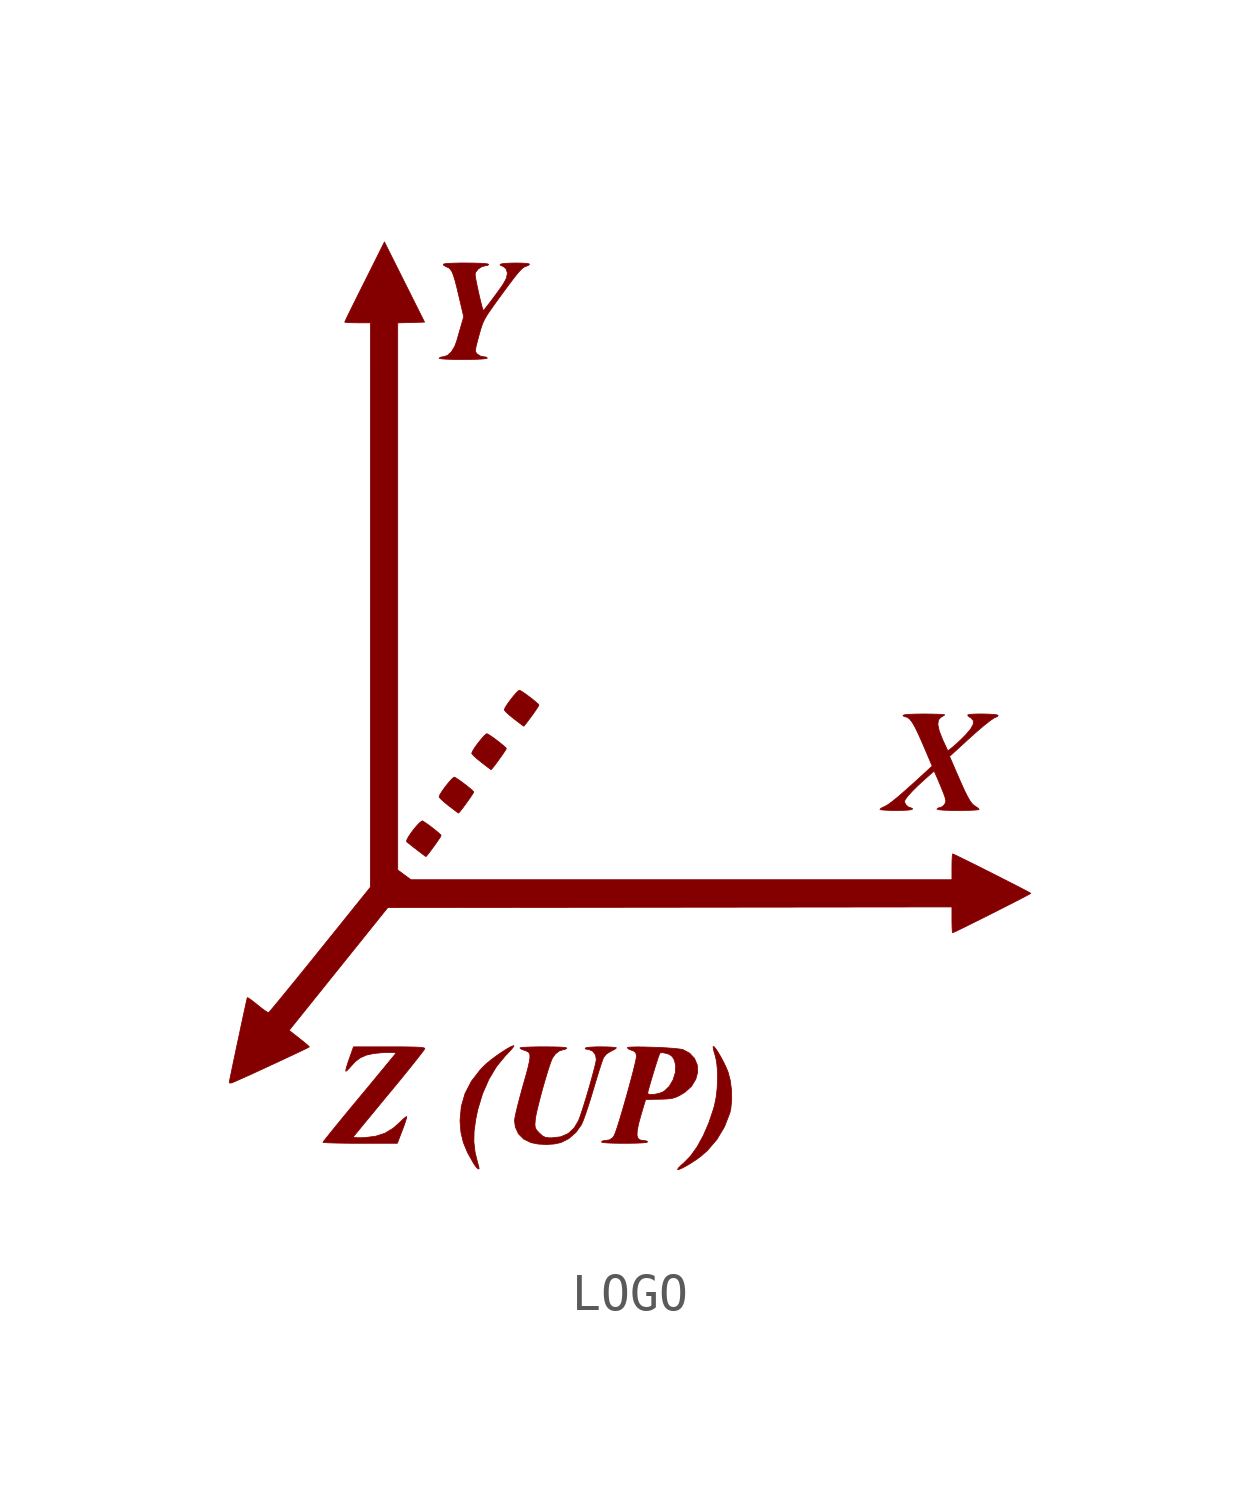
<source format=kicad_sym>
(kicad_symbol_lib
  (version 20210619)
  (generator bitmap2component)
  (symbol "LOGO"
    (pin_names
      (offset 1.016))
    (property "Reference" "#G"
      (at 0 12.448 0)
      (effects (font (size 1.27 1.27)) hide))
    (symbol "LOGO_0_0"
      (polyline (pts (xy 2.669 -12.397) (xy 2.754 -12.36) (xy 2.868 -12.299) (xy 2.998 -12.22) (xy 3.131 -12.133) (xy 3.252 -12.044) (xy 3.425 -11.892) (xy 3.68 -11.594) (xy 3.884 -11.253) (xy 4.028 -10.88) (xy 4.052 -10.773) (xy 4.076 -10.533) (xy 4.071 -10.27) (xy 4.038 -10.013) (xy 3.979 -9.788) (xy 3.975 -9.778) (xy 3.924 -9.655) (xy 3.858 -9.519) (xy 3.785 -9.383) (xy 3.713 -9.26) (xy 3.65 -9.164) (xy 3.603 -9.107) (xy 3.58 -9.102) (xy 3.58 -9.136) (xy 3.598 -9.224) (xy 3.632 -9.338) (xy 3.67 -9.498) (xy 3.692 -9.714) (xy 3.698 -9.962) (xy 3.687 -10.219) (xy 3.659 -10.466) (xy 3.615 -10.681) (xy 3.586 -10.785) (xy 3.461 -11.156) (xy 3.313 -11.496) (xy 3.149 -11.794) (xy 2.974 -12.04) (xy 2.793 -12.224) (xy 2.718 -12.289) (xy 2.65 -12.357) (xy 2.624 -12.397) (xy 2.626 -12.402) (xy 2.669 -12.397)) (stroke (width 0.01)) (fill (type outline)))
      (polyline (pts (xy -2.7 -12.383) (xy -2.708 -12.326) (xy -2.736 -12.233) (xy -2.808 -11.935) (xy -2.84 -11.658) (xy -2.834 -11.375) (xy -2.79 -11.056) (xy -2.735 -10.791) (xy -2.606 -10.366) (xy -2.436 -9.978) (xy -2.231 -9.636) (xy -1.996 -9.351) (xy -1.929 -9.282) (xy -1.839 -9.184) (xy -1.781 -9.114) (xy -1.764 -9.083) (xy -1.781 -9.081) (xy -1.848 -9.107) (xy -1.953 -9.165) (xy -2.082 -9.247) (xy -2.222 -9.343) (xy -2.361 -9.446) (xy -2.485 -9.546) (xy -2.582 -9.635) (xy -2.668 -9.726) (xy -2.908 -10.037) (xy -3.077 -10.365) (xy -3.177 -10.711) (xy -3.21 -11.078) (xy -3.209 -11.122) (xy -3.186 -11.408) (xy -3.122 -11.675) (xy -3.011 -11.944) (xy -2.848 -12.235) (xy -2.84 -12.247) (xy -2.775 -12.338) (xy -2.726 -12.385) (xy -2.7 -12.383)) (stroke (width 0.01)) (fill (type outline)))
      (polyline (pts (xy -0.682 -11.716) (xy -0.503 -11.678) (xy -0.292 -11.571) (xy -0.103 -11.406) (xy 0.045 -11.2) (xy 0.053 -11.183) (xy 0.097 -11.078) (xy 0.154 -10.921) (xy 0.221 -10.723) (xy 0.292 -10.5) (xy 0.363 -10.263) (xy 0.385 -10.19) (xy 0.453 -9.963) (xy 0.516 -9.759) (xy 0.571 -9.588) (xy 0.614 -9.462) (xy 0.641 -9.395) (xy 0.717 -9.302) (xy 0.841 -9.225) (xy 0.877 -9.209) (xy 0.953 -9.167) (xy 0.984 -9.138) (xy 0.954 -9.128) (xy 0.864 -9.119) (xy 0.73 -9.113) (xy 0.565 -9.111) (xy 0.434 -9.112) (xy 0.28 -9.119) (xy 0.181 -9.131) (xy 0.146 -9.147) (xy 0.166 -9.17) (xy 0.231 -9.183) (xy 0.254 -9.185) (xy 0.353 -9.23) (xy 0.422 -9.324) (xy 0.445 -9.448) (xy 0.445 -9.448) (xy 0.432 -9.523) (xy 0.402 -9.654) (xy 0.356 -9.827) (xy 0.301 -10.029) (xy 0.239 -10.246) (xy 0.174 -10.466) (xy 0.11 -10.674) (xy 0.051 -10.857) (xy 0.002 -11.003) (xy -0.035 -11.097) (xy -0.15 -11.289) (xy -0.309 -11.436) (xy -0.508 -11.524) (xy -0.75 -11.552) (xy -0.829 -11.551) (xy -0.926 -11.537) (xy -1 -11.499) (xy -1.083 -11.423) (xy -1.1 -11.407) (xy -1.163 -11.337) (xy -1.194 -11.275) (xy -1.202 -11.194) (xy -1.193 -11.068) (xy -1.178 -10.967) (xy -1.144 -10.807) (xy -1.095 -10.608) (xy -1.037 -10.384) (xy -0.972 -10.15) (xy -0.906 -9.923) (xy -0.843 -9.716) (xy -0.786 -9.546) (xy -0.74 -9.427) (xy -0.737 -9.419) (xy -0.653 -9.3) (xy -0.541 -9.216) (xy -0.423 -9.183) (xy -0.399 -9.18) (xy -0.346 -9.147) (xy -0.347 -9.141) (xy -0.398 -9.128) (xy -0.519 -9.118) (xy -0.708 -9.113) (xy -0.964 -9.111) (xy -1.145 -9.112) (xy -1.328 -9.116) (xy -1.473 -9.122) (xy -1.569 -9.13) (xy -1.603 -9.139) (xy -1.603 -9.142) (xy -1.567 -9.172) (xy -1.488 -9.203) (xy -1.454 -9.214) (xy -1.396 -9.238) (xy -1.357 -9.272) (xy -1.337 -9.323) (xy -1.335 -9.402) (xy -1.353 -9.516) (xy -1.389 -9.675) (xy -1.446 -9.886) (xy -1.523 -10.158) (xy -1.553 -10.264) (xy -1.615 -10.496) (xy -1.67 -10.707) (xy -1.712 -10.884) (xy -1.739 -11.016) (xy -1.749 -11.09) (xy -1.727 -11.262) (xy -1.643 -11.444) (xy -1.501 -11.586) (xy -1.307 -11.68) (xy -1.303 -11.681) (xy -1.114 -11.718) (xy -0.896 -11.73) (xy -0.682 -11.716)) (stroke (width 0.01)) (fill (type outline)))
      (polyline (pts (xy -4.759 -11.347) (xy -4.718 -11.24) (xy -4.674 -11.111) (xy -4.646 -11.019) (xy -4.641 -10.98) (xy -4.643 -10.98) (xy -4.679 -11.001) (xy -4.75 -11.061) (xy -4.842 -11.15) (xy -5.003 -11.293) (xy -5.225 -11.428) (xy -5.476 -11.509) (xy -5.772 -11.546) (xy -5.841 -11.548) (xy -5.969 -11.549) (xy -6.052 -11.542) (xy -6.076 -11.529) (xy -6.07 -11.522) (xy -6.026 -11.466) (xy -5.942 -11.364) (xy -5.824 -11.219) (xy -5.676 -11.04) (xy -5.503 -10.831) (xy -5.312 -10.598) (xy -5.106 -10.349) (xy -5.019 -10.245) (xy -4.819 -10.002) (xy -4.637 -9.778) (xy -4.476 -9.578) (xy -4.343 -9.41) (xy -4.242 -9.28) (xy -4.177 -9.193) (xy -4.155 -9.156) (xy -4.16 -9.147) (xy -4.196 -9.135) (xy -4.273 -9.125) (xy -4.396 -9.118) (xy -4.572 -9.114) (xy -4.809 -9.111) (xy -5.112 -9.111) (xy -6.069 -9.111) (xy -6.185 -9.438) (xy -6.215 -9.525) (xy -6.254 -9.649) (xy -6.275 -9.735) (xy -6.274 -9.766) (xy -6.247 -9.748) (xy -6.185 -9.687) (xy -6.106 -9.598) (xy -6.02 -9.505) (xy -5.886 -9.403) (xy -5.728 -9.333) (xy -5.529 -9.289) (xy -5.274 -9.265) (xy -5.186 -9.261) (xy -5.042 -9.259) (xy -4.953 -9.265) (xy -4.929 -9.279) (xy -4.937 -9.289) (xy -4.984 -9.348) (xy -5.071 -9.453) (xy -5.192 -9.6) (xy -5.342 -9.782) (xy -5.516 -9.993) (xy -5.71 -10.227) (xy -5.919 -10.478) (xy -6.02 -10.6) (xy -6.221 -10.843) (xy -6.404 -11.066) (xy -6.565 -11.263) (xy -6.699 -11.428) (xy -6.8 -11.555) (xy -6.865 -11.637) (xy -6.887 -11.671) (xy -6.887 -11.671) (xy -6.847 -11.678) (xy -6.744 -11.685) (xy -6.587 -11.69) (xy -6.387 -11.694) (xy -6.151 -11.697) (xy -5.89 -11.698) (xy -4.893 -11.698) (xy -4.759 -11.347)) (stroke (width 0.01)) (fill (type outline)))
      (polyline (pts (xy 1.296 -11.698) (xy 1.518 -11.694) (xy 1.683 -11.687) (xy 1.787 -11.676) (xy 1.822 -11.661) (xy 1.794 -11.636) (xy 1.72 -11.625) (xy 1.699 -11.624) (xy 1.612 -11.607) (xy 1.558 -11.56) (xy 1.536 -11.474) (xy 1.544 -11.344) (xy 1.582 -11.161) (xy 1.649 -10.918) (xy 1.768 -10.522) (xy 2.132 -10.516) (xy 2.224 -10.514) (xy 2.376 -10.506) (xy 2.488 -10.49) (xy 2.582 -10.461) (xy 2.679 -10.415) (xy 2.821 -10.329) (xy 2.998 -10.169) (xy 3.114 -9.977) (xy 3.163 -9.791) (xy 3.153 -9.597) (xy 3.08 -9.423) (xy 2.951 -9.283) (xy 2.77 -9.186) (xy 2.739 -9.178) (xy 2.637 -9.164) (xy 2.49 -9.15) (xy 2.312 -9.137) (xy 2.115 -9.127) (xy 1.913 -9.12) (xy 1.718 -9.115) (xy 1.544 -9.113) (xy 1.403 -9.116) (xy 1.31 -9.122) (xy 1.276 -9.134) (xy 1.276 -9.137) (xy 1.314 -9.171) (xy 1.394 -9.203) (xy 1.442 -9.22) (xy 1.502 -9.267) (xy 1.524 -9.353) (xy 1.524 -9.358) (xy 1.513 -9.429) (xy 1.485 -9.557) (xy 1.443 -9.731) (xy 1.389 -9.938) (xy 1.327 -10.169) (xy 1.275 -10.358) (xy 1.822 -10.358) (xy 1.833 -10.302) (xy 1.862 -10.195) (xy 1.903 -10.052) (xy 1.952 -9.887) (xy 2.004 -9.716) (xy 2.054 -9.555) (xy 2.099 -9.417) (xy 2.133 -9.32) (xy 2.152 -9.277) (xy 2.158 -9.273) (xy 2.224 -9.266) (xy 2.334 -9.289) (xy 2.401 -9.312) (xy 2.483 -9.37) (xy 2.539 -9.467) (xy 2.575 -9.616) (xy 2.564 -9.808) (xy 2.503 -10) (xy 2.401 -10.172) (xy 2.263 -10.303) (xy 2.242 -10.315) (xy 2.148 -10.353) (xy 2.038 -10.379) (xy 1.932 -10.391) (xy 1.853 -10.385) (xy 1.822 -10.359) (xy 1.822 -10.358) (xy 1.275 -10.358) (xy 1.26 -10.411) (xy 1.191 -10.654) (xy 1.123 -10.887) (xy 1.06 -11.097) (xy 1.004 -11.274) (xy 0.958 -11.407) (xy 0.927 -11.484) (xy 0.89 -11.542) (xy 0.802 -11.606) (xy 0.671 -11.625) (xy 0.614 -11.634) (xy 0.583 -11.661) (xy 0.588 -11.667) (xy 0.648 -11.68) (xy 0.774 -11.69) (xy 0.961 -11.696) (xy 1.203 -11.698) (xy 1.296 -11.698)) (stroke (width 0.01)) (fill (type outline)))
      (polyline (pts (xy -9.338 -10.078) (xy -9.334 -10.076) (xy -9.256 -10.044) (xy -9.13 -9.988) (xy -8.964 -9.914) (xy -8.769 -9.825) (xy -8.553 -9.726) (xy -8.327 -9.621) (xy -8.1 -9.516) (xy -7.881 -9.414) (xy -7.68 -9.319) (xy -7.508 -9.238) (xy -7.373 -9.173) (xy -7.285 -9.129) (xy -7.254 -9.111) (xy -7.263 -9.1) (xy -7.316 -9.051) (xy -7.409 -8.974) (xy -7.526 -8.881) (xy -7.796 -8.669) (xy -6.473 -7.022) (xy -5.15 -5.375) (xy 2.418 -5.366) (xy 9.985 -5.357) (xy 9.985 -5.703) (xy 9.986 -5.793) (xy 9.989 -5.925) (xy 9.995 -6.016) (xy 10.003 -6.049) (xy 10.027 -6.04) (xy 10.107 -6.003) (xy 10.236 -5.941) (xy 10.402 -5.859) (xy 10.597 -5.762) (xy 10.812 -5.655) (xy 11.037 -5.542) (xy 11.262 -5.428) (xy 11.479 -5.318) (xy 11.677 -5.217) (xy 11.847 -5.129) (xy 11.981 -5.059) (xy 12.068 -5.012) (xy 12.099 -4.992) (xy 12.081 -4.981) (xy 12.007 -4.94) (xy 11.884 -4.875) (xy 11.721 -4.791) (xy 11.529 -4.693) (xy 11.316 -4.585) (xy 11.092 -4.471) (xy 10.867 -4.358) (xy 10.649 -4.248) (xy 10.448 -4.149) (xy 10.273 -4.063) (xy 10.135 -3.995) (xy 10.042 -3.951) (xy 10.003 -3.936) (xy 9.998 -3.947) (xy 9.992 -4.016) (xy 9.987 -4.133) (xy 9.985 -4.282) (xy 9.985 -4.628) (xy -4.527 -4.628) (xy -4.705 -4.497) (xy -4.883 -4.367) (xy -4.883 10.31) (xy -4.163 10.331) (xy -4.701 11.406) (xy -5.239 12.481) (xy -5.771 11.415) (xy -5.854 11.251) (xy -5.976 11.006) (xy -6.084 10.788) (xy -6.175 10.603) (xy -6.244 10.461) (xy -6.289 10.367) (xy -6.304 10.332) (xy -6.293 10.327) (xy -6.224 10.32) (xy -6.107 10.315) (xy -5.958 10.313) (xy -5.612 10.313) (xy -5.616 -4.829) (xy -6.965 -6.505) (xy -7.189 -6.783) (xy -7.422 -7.071) (xy -7.637 -7.336) (xy -7.832 -7.575) (xy -8.002 -7.783) (xy -8.142 -7.953) (xy -8.249 -8.082) (xy -8.319 -8.164) (xy -8.348 -8.193) (xy -8.364 -8.19) (xy -8.429 -8.151) (xy -8.528 -8.079) (xy -8.646 -7.985) (xy -8.714 -7.929) (xy -8.817 -7.851) (xy -8.889 -7.801) (xy -8.918 -7.791) (xy -8.921 -7.804) (xy -8.939 -7.88) (xy -8.967 -8.01) (xy -9.006 -8.185) (xy -9.051 -8.394) (xy -9.101 -8.627) (xy -9.153 -8.872) (xy -9.206 -9.119) (xy -9.256 -9.359) (xy -9.303 -9.579) (xy -9.343 -9.771) (xy -9.374 -9.923) (xy -9.395 -10.024) (xy -9.402 -10.065) (xy -9.39 -10.082) (xy -9.338 -10.078)) (stroke (width 0.01)) (fill (type outline)))
      (polyline (pts (xy -4.122 -4.003) (xy -4.083 -3.959) (xy -4.019 -3.877) (xy -3.941 -3.772) (xy -3.86 -3.66) (xy -3.789 -3.557) (xy -3.737 -3.478) (xy -3.718 -3.441) (xy -3.741 -3.412) (xy -3.809 -3.351) (xy -3.906 -3.272) (xy -4.016 -3.187) (xy -4.124 -3.11) (xy -4.213 -3.051) (xy -4.229 -3.051) (xy -4.285 -3.09) (xy -4.362 -3.168) (xy -4.447 -3.269) (xy -4.53 -3.38) (xy -4.598 -3.483) (xy -4.64 -3.564) (xy -4.643 -3.607) (xy -4.636 -3.613) (xy -4.58 -3.659) (xy -4.487 -3.733) (xy -4.373 -3.822) (xy -4.336 -3.85) (xy -4.232 -3.929) (xy -4.158 -3.985) (xy -4.128 -4.006) (xy -4.122 -4.003)) (stroke (width 0.01)) (fill (type outline)))
      (polyline (pts (xy -3.248 -2.837) (xy -3.209 -2.793) (xy -3.144 -2.711) (xy -3.066 -2.606) (xy -2.986 -2.494) (xy -2.914 -2.39) (xy -2.863 -2.312) (xy -2.844 -2.274) (xy -2.855 -2.258) (xy -2.911 -2.205) (xy -3 -2.131) (xy -3.107 -2.048) (xy -3.214 -1.97) (xy -3.304 -1.908) (xy -3.362 -1.876) (xy -3.395 -1.893) (xy -3.458 -1.954) (xy -3.538 -2.047) (xy -3.622 -2.154) (xy -3.697 -2.26) (xy -3.751 -2.348) (xy -3.772 -2.403) (xy -3.767 -2.415) (xy -3.719 -2.469) (xy -3.631 -2.549) (xy -3.517 -2.642) (xy -3.463 -2.682) (xy -3.358 -2.763) (xy -3.284 -2.819) (xy -3.253 -2.84) (xy -3.248 -2.837)) (stroke (width 0.01)) (fill (type outline)))
      (polyline (pts (xy 10.263 -2.769) (xy 10.442 -2.766) (xy 10.585 -2.76) (xy 10.679 -2.752) (xy 10.714 -2.742) (xy 10.713 -2.74) (xy 10.679 -2.703) (xy 10.607 -2.654) (xy 10.57 -2.63) (xy 10.518 -2.579) (xy 10.463 -2.502) (xy 10.4 -2.39) (xy 10.323 -2.236) (xy 10.23 -2.031) (xy 10.114 -1.766) (xy 9.921 -1.319) (xy 10.392 -0.888) (xy 10.415 -0.866) (xy 10.654 -0.652) (xy 10.854 -0.482) (xy 11.013 -0.357) (xy 11.127 -0.281) (xy 11.193 -0.255) (xy 11.2 -0.254) (xy 11.224 -0.219) (xy 11.192 -0.205) (xy 11.104 -0.194) (xy 10.979 -0.186) (xy 10.834 -0.182) (xy 10.686 -0.182) (xy 10.555 -0.186) (xy 10.457 -0.194) (xy 10.411 -0.206) (xy 10.415 -0.233) (xy 10.468 -0.271) (xy 10.502 -0.29) (xy 10.56 -0.362) (xy 10.557 -0.457) (xy 10.491 -0.58) (xy 10.361 -0.733) (xy 10.344 -0.751) (xy 10.223 -0.872) (xy 10.104 -0.984) (xy 10.012 -1.064) (xy 9.875 -1.173) (xy 9.743 -0.887) (xy 9.733 -0.866) (xy 9.645 -0.641) (xy 9.607 -0.466) (xy 9.621 -0.343) (xy 9.685 -0.271) (xy 9.743 -0.239) (xy 9.791 -0.206) (xy 9.783 -0.201) (xy 9.718 -0.193) (xy 9.598 -0.188) (xy 9.437 -0.184) (xy 9.244 -0.182) (xy 9.193 -0.182) (xy 8.974 -0.185) (xy 8.811 -0.193) (xy 8.709 -0.204) (xy 8.673 -0.219) (xy 8.678 -0.234) (xy 8.723 -0.255) (xy 8.784 -0.268) (xy 8.849 -0.316) (xy 8.919 -0.404) (xy 8.998 -0.541) (xy 9.091 -0.733) (xy 9.203 -0.987) (xy 9.455 -1.578) (xy 9.2 -1.813) (xy 9.031 -1.968) (xy 8.766 -2.206) (xy 8.55 -2.394) (xy 8.379 -2.533) (xy 8.254 -2.624) (xy 8.173 -2.668) (xy 8.159 -2.673) (xy 8.084 -2.71) (xy 8.054 -2.74) (xy 8.054 -2.741) (xy 8.089 -2.752) (xy 8.184 -2.761) (xy 8.322 -2.767) (xy 8.491 -2.77) (xy 8.638 -2.768) (xy 8.794 -2.761) (xy 8.893 -2.749) (xy 8.928 -2.733) (xy 8.923 -2.717) (xy 8.876 -2.697) (xy 8.806 -2.671) (xy 8.739 -2.604) (xy 8.71 -2.529) (xy 8.733 -2.474) (xy 8.806 -2.377) (xy 8.923 -2.248) (xy 9.077 -2.096) (xy 9.26 -1.928) (xy 9.507 -1.71) (xy 9.585 -1.884) (xy 9.627 -1.981) (xy 9.692 -2.137) (xy 9.753 -2.291) (xy 9.761 -2.311) (xy 9.803 -2.429) (xy 9.82 -2.505) (xy 9.813 -2.558) (xy 9.785 -2.61) (xy 9.728 -2.668) (xy 9.656 -2.697) (xy 9.615 -2.703) (xy 9.584 -2.733) (xy 9.585 -2.736) (xy 9.634 -2.75) (xy 9.748 -2.761) (xy 9.921 -2.767) (xy 10.149 -2.77) (xy 10.263 -2.769)) (stroke (width 0.01)) (fill (type outline)))
      (polyline (pts (xy -2.373 -1.671) (xy -2.334 -1.627) (xy -2.27 -1.545) (xy -2.192 -1.439) (xy -2.111 -1.327) (xy -2.04 -1.224) (xy -1.988 -1.146) (xy -1.969 -1.108) (xy -1.98 -1.092) (xy -2.036 -1.039) (xy -2.126 -0.965) (xy -2.232 -0.882) (xy -2.339 -0.803) (xy -2.43 -0.742) (xy -2.488 -0.71) (xy -2.521 -0.726) (xy -2.584 -0.788) (xy -2.663 -0.881) (xy -2.747 -0.988) (xy -2.822 -1.093) (xy -2.876 -1.182) (xy -2.897 -1.236) (xy -2.892 -1.249) (xy -2.844 -1.303) (xy -2.756 -1.383) (xy -2.642 -1.475) (xy -2.589 -1.516) (xy -2.484 -1.597) (xy -2.409 -1.653) (xy -2.379 -1.674) (xy -2.373 -1.671)) (stroke (width 0.01)) (fill (type outline)))
      (polyline (pts (xy -1.498 -0.505) (xy -1.459 -0.461) (xy -1.395 -0.378) (xy -1.317 -0.273) (xy -1.236 -0.161) (xy -1.165 -0.058) (xy -1.114 0.02) (xy -1.095 0.058) (xy -1.105 0.074) (xy -1.162 0.127) (xy -1.251 0.202) (xy -1.358 0.284) (xy -1.464 0.363) (xy -1.555 0.424) (xy -1.613 0.456) (xy -1.646 0.44) (xy -1.709 0.378) (xy -1.789 0.285) (xy -1.872 0.178) (xy -1.948 0.073) (xy -2.002 -0.015) (xy -2.022 -0.07) (xy -2.017 -0.083) (xy -1.969 -0.137) (xy -1.882 -0.217) (xy -1.767 -0.309) (xy -1.714 -0.35) (xy -1.609 -0.43) (xy -1.535 -0.486) (xy -1.504 -0.508) (xy -1.498 -0.505)) (stroke (width 0.01)) (fill (type outline)))
      (polyline (pts (xy -3.009 9.33) (xy -2.784 9.333) (xy -2.617 9.341) (xy -2.514 9.352) (xy -2.478 9.366) (xy -2.507 9.391) (xy -2.582 9.402) (xy -2.664 9.419) (xy -2.752 9.476) (xy -2.776 9.505) (xy -2.793 9.541) (xy -2.795 9.592) (xy -2.782 9.672) (xy -2.751 9.794) (xy -2.703 9.973) (xy -2.674 10.077) (xy -2.637 10.201) (xy -2.6 10.305) (xy -2.555 10.401) (xy -2.496 10.504) (xy -2.415 10.626) (xy -2.306 10.781) (xy -2.161 10.981) (xy -2.035 11.153) (xy -1.88 11.363) (xy -1.758 11.524) (xy -1.662 11.643) (xy -1.588 11.726) (xy -1.529 11.781) (xy -1.48 11.813) (xy -1.435 11.83) (xy -1.379 11.851) (xy -1.348 11.884) (xy -1.375 11.898) (xy -1.458 11.908) (xy -1.58 11.914) (xy -1.722 11.916) (xy -1.866 11.913) (xy -1.995 11.906) (xy -2.089 11.895) (xy -2.132 11.88) (xy -2.136 11.863) (xy -2.103 11.844) (xy -2.054 11.826) (xy -1.987 11.772) (xy -1.974 11.755) (xy -1.94 11.648) (xy -1.965 11.511) (xy -2.047 11.358) (xy -2.103 11.276) (xy -2.206 11.132) (xy -2.312 10.988) (xy -2.412 10.854) (xy -2.497 10.744) (xy -2.558 10.669) (xy -2.586 10.641) (xy -2.592 10.65) (xy -2.613 10.714) (xy -2.643 10.825) (xy -2.678 10.969) (xy -2.715 11.128) (xy -2.749 11.288) (xy -2.779 11.433) (xy -2.799 11.546) (xy -2.806 11.613) (xy -2.791 11.67) (xy -2.725 11.753) (xy -2.629 11.818) (xy -2.528 11.844) (xy -2.473 11.852) (xy -2.442 11.88) (xy -2.469 11.892) (xy -2.557 11.902) (xy -2.689 11.91) (xy -2.852 11.914) (xy -3.031 11.916) (xy -3.212 11.916) (xy -3.38 11.912) (xy -3.52 11.906) (xy -3.618 11.896) (xy -3.66 11.884) (xy -3.661 11.881) (xy -3.64 11.847) (xy -3.57 11.812) (xy -3.518 11.789) (xy -3.471 11.749) (xy -3.429 11.686) (xy -3.389 11.589) (xy -3.346 11.45) (xy -3.296 11.257) (xy -3.236 11.003) (xy -3.112 10.475) (xy -3.175 10.257) (xy -3.2 10.17) (xy -3.253 9.989) (xy -3.3 9.823) (xy -3.353 9.68) (xy -3.442 9.533) (xy -3.547 9.437) (xy -3.657 9.402) (xy -3.722 9.393) (xy -3.772 9.366) (xy -3.77 9.359) (xy -3.715 9.346) (xy -3.59 9.337) (xy -3.396 9.331) (xy -3.136 9.329) (xy -3.009 9.33)) (stroke (width 0.01)) (fill (type outline))))))
</source>
